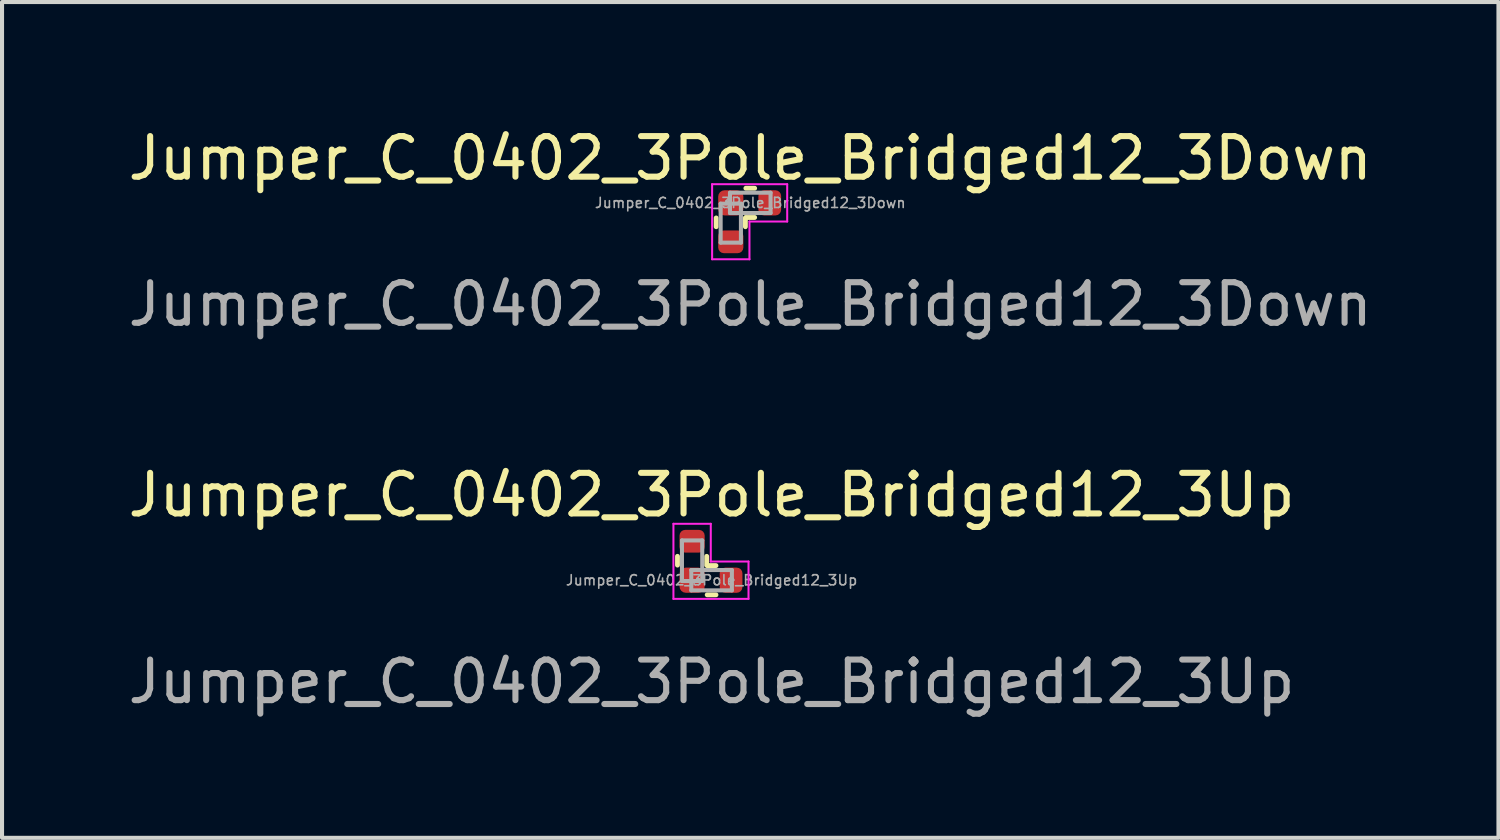
<source format=kicad_pcb>
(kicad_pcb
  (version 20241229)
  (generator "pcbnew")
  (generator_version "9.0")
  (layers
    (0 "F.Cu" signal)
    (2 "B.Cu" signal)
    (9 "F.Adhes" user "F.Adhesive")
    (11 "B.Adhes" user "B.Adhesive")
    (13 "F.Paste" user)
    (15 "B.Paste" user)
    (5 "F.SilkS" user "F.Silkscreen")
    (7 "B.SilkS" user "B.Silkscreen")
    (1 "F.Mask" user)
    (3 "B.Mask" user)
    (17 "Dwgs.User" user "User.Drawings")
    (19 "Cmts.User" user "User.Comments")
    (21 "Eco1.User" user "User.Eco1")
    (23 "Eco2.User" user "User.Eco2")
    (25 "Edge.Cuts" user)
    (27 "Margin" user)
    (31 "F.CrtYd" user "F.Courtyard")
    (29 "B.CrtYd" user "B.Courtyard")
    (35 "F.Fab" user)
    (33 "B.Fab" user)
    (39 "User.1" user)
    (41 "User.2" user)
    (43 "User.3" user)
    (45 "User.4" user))
  (footprint "Jumper_C_0402_3Pole_Bridged12_3Down"
    (layer "F.Cu")
    (at 15.435 1.948)
    (property "Reference" "Jumper_C_0402_3Pole_Bridged12_3Down" (at 0 -1.1 0) (unlocked yes) (layer "F.SilkS") (effects (font (size 1 1) (thickness 0.15))))
    (attr smd)
    (fp_line (start -0.84 0.588) (end -0.84 0.372) (stroke (width 0.12) (type solid)) (layer "F.SilkS"))
    (fp_line (start -0.12 0.588) (end -0.12 0.372) (stroke (width 0.12) (type solid)) (layer "F.SilkS"))
    (fp_line (start -0.108 -0.36) (end 0.108 -0.36) (stroke (width 0.12) (type solid)) (layer "F.SilkS"))
    (fp_line (start -0.108 0.36) (end 0.108 0.36) (stroke (width 0.12) (type solid)) (layer "F.SilkS"))
    (fp_line (start -0.94 1.39) (end -0.94 -0.46) (stroke (width 0.05) (type default)) (layer "F.CrtYd"))
    (fp_line (start -0.94 1.39) (end -0.02 1.39) (stroke (width 0.05) (type solid)) (layer "F.CrtYd"))
    (fp_line (start -0.02 0.46) (end 0.91 0.46) (stroke (width 0.05) (type default)) (layer "F.CrtYd"))
    (fp_line (start -0.02 1.39) (end -0.02 0.46) (stroke (width 0.05) (type default)) (layer "F.CrtYd"))
    (fp_line (start 0.91 -0.46) (end -0.94 -0.46) (stroke (width 0.05) (type default)) (layer "F.CrtYd"))
    (fp_line (start 0.91 0.46) (end 0.91 -0.46) (stroke (width 0.05) (type default)) (layer "F.CrtYd"))
    (fp_line (start -0.73 0.02) (end -0.73 0.98) (stroke (width 0.1) (type solid)) (layer "F.Fab"))
    (fp_line (start -0.73 0.98) (end -0.23 0.98) (stroke (width 0.1) (type solid)) (layer "F.Fab"))
    (fp_line (start -0.5 -0.25) (end 0.5 -0.25) (stroke (width 0.1) (type solid)) (layer "F.Fab"))
    (fp_line (start -0.5 0.25) (end -0.5 -0.25) (stroke (width 0.1) (type solid)) (layer "F.Fab"))
    (fp_line (start -0.23 0.02) (end -0.73 0.02) (stroke (width 0.1) (type solid)) (layer "F.Fab"))
    (fp_line (start -0.23 0.98) (end -0.23 0.02) (stroke (width 0.1) (type solid)) (layer "F.Fab"))
    (fp_line (start 0.5 -0.25) (end 0.5 0.25) (stroke (width 0.1) (type solid)) (layer "F.Fab"))
    (fp_line (start 0.5 0.25) (end -0.5 0.25) (stroke (width 0.1) (type solid)) (layer "F.Fab"))
    (fp_text user "${REFERENCE}" (at 0 0 0) (layer "F.Fab") (effects (font (size 0.25 0.25) (thickness 0.04))))
    (fp_text user "${REFERENCE}" (at 0 2.5 0) (unlocked yes) (layer "F.Fab") (effects (font (size 1 1) (thickness 0.15))))
    (pad "1" smd roundrect (at 0.48 0) (size 0.56 0.62) (layers "F.Cu" "F.Mask" "F.Paste") (roundrect_rratio 0.25))
    (pad "2" smd roundrect (at -0.48 0) (size 0.62 0.62) (layers "F.Cu" "F.Mask" "F.Paste") (roundrect_rratio 0.25))
    (pad "3" smd roundrect (at -0.48 0.96 270) (size 0.56 0.62) (layers "F.Cu" "F.Mask" "F.Paste") (roundrect_rratio 0.25)))
  (footprint "Jumper_C_0402_3Pole_Bridged12_3Up"
    (layer "F.Cu")
    (at 14.482 11.245)
    (property "Reference" "Jumper_C_0402_3Pole_Bridged12_3Up" (at 0 -2.1 0) (unlocked yes) (layer "F.SilkS") (effects (font (size 1 1) (thickness 0.15))))
    (attr smd)
    (fp_line (start -0.84 -0.588) (end -0.84 -0.372) (stroke (width 0.12) (type solid)) (layer "F.SilkS"))
    (fp_line (start -0.12 -0.588) (end -0.12 -0.372) (stroke (width 0.12) (type solid)) (layer "F.SilkS"))
    (fp_line (start -0.108 -0.36) (end 0.108 -0.36) (stroke (width 0.12) (type solid)) (layer "F.SilkS"))
    (fp_line (start -0.108 0.36) (end 0.108 0.36) (stroke (width 0.12) (type solid)) (layer "F.SilkS"))
    (fp_line (start -0.94 -1.39) (end -0.94 0.46) (stroke (width 0.05) (type default)) (layer "F.CrtYd"))
    (fp_line (start -0.94 -1.39) (end -0.02 -1.39) (stroke (width 0.05) (type solid)) (layer "F.CrtYd"))
    (fp_line (start -0.02 -1.39) (end -0.02 -0.46) (stroke (width 0.05) (type default)) (layer "F.CrtYd"))
    (fp_line (start -0.02 -0.46) (end 0.91 -0.46) (stroke (width 0.05) (type default)) (layer "F.CrtYd"))
    (fp_line (start 0.91 -0.46) (end 0.91 0.46) (stroke (width 0.05) (type default)) (layer "F.CrtYd"))
    (fp_line (start 0.91 0.46) (end -0.94 0.46) (stroke (width 0.05) (type solid)) (layer "F.CrtYd"))
    (fp_line (start -0.73 -0.98) (end -0.23 -0.98) (stroke (width 0.1) (type solid)) (layer "F.Fab"))
    (fp_line (start -0.73 0.02) (end -0.73 -0.98) (stroke (width 0.1) (type solid)) (layer "F.Fab"))
    (fp_line (start -0.5 -0.25) (end 0.5 -0.25) (stroke (width 0.1) (type solid)) (layer "F.Fab"))
    (fp_line (start -0.5 0.25) (end -0.5 -0.25) (stroke (width 0.1) (type solid)) (layer "F.Fab"))
    (fp_line (start -0.23 -0.98) (end -0.23 0.02) (stroke (width 0.1) (type solid)) (layer "F.Fab"))
    (fp_line (start -0.23 0.02) (end -0.73 0.02) (stroke (width 0.1) (type solid)) (layer "F.Fab"))
    (fp_line (start 0.5 -0.25) (end 0.5 0.25) (stroke (width 0.1) (type solid)) (layer "F.Fab"))
    (fp_line (start 0.5 0.25) (end -0.5 0.25) (stroke (width 0.1) (type solid)) (layer "F.Fab"))
    (fp_text user "${REFERENCE}" (at 0 0 0) (layer "F.Fab") (effects (font (size 0.25 0.25) (thickness 0.04))))
    (fp_text user "${REFERENCE}" (at 0 2.5 0) (unlocked yes) (layer "F.Fab") (effects (font (size 1 1) (thickness 0.15))))
    (pad "1" smd roundrect (at 0.48 0) (size 0.56 0.62) (layers "F.Cu" "F.Mask" "F.Paste") (roundrect_rratio 0.25))
    (pad "2" smd roundrect (at -0.48 0) (size 0.62 0.62) (layers "F.Cu" "F.Mask" "F.Paste") (roundrect_rratio 0.25))
    (pad "3" smd roundrect (at -0.48 -0.96 270) (size 0.56 0.62) (layers "F.Cu" "F.Mask" "F.Paste") (roundrect_rratio 0.25)))
  (gr_rect
    (start -3 -3)
    (end 33.869 17.593)
    (stroke (width 0.1) (type default))
    (fill no)
    (layer "Edge.Cuts")))
</source>
